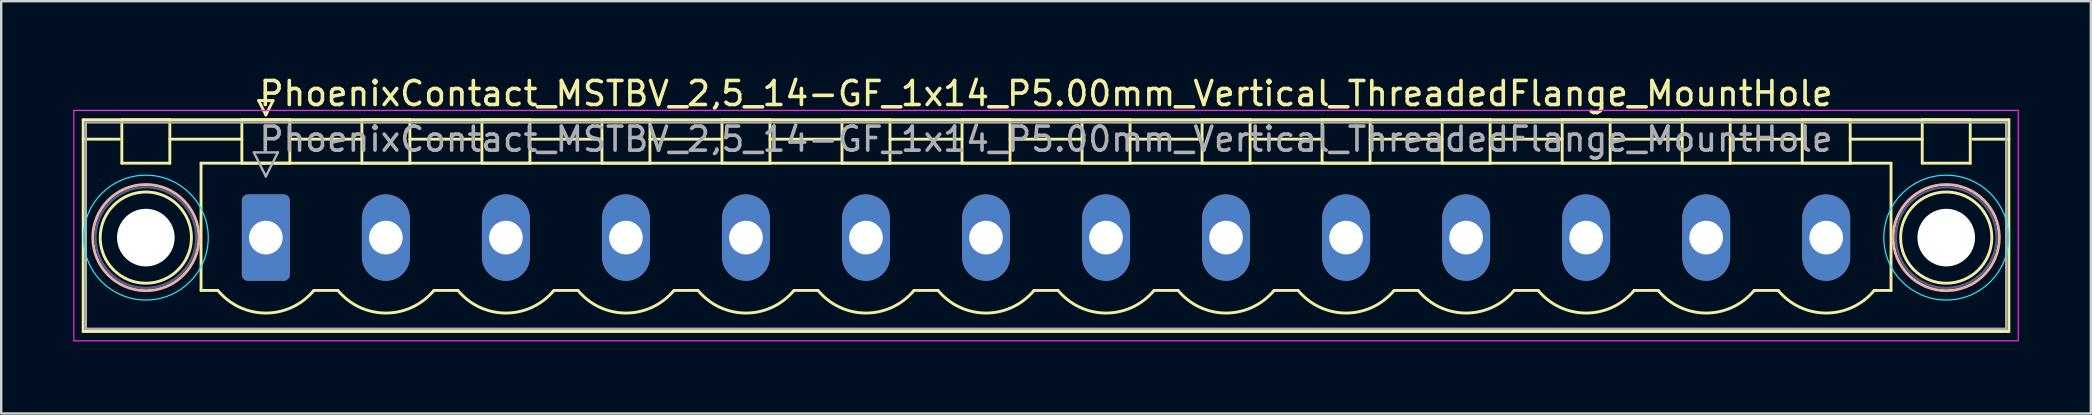
<source format=kicad_pcb>
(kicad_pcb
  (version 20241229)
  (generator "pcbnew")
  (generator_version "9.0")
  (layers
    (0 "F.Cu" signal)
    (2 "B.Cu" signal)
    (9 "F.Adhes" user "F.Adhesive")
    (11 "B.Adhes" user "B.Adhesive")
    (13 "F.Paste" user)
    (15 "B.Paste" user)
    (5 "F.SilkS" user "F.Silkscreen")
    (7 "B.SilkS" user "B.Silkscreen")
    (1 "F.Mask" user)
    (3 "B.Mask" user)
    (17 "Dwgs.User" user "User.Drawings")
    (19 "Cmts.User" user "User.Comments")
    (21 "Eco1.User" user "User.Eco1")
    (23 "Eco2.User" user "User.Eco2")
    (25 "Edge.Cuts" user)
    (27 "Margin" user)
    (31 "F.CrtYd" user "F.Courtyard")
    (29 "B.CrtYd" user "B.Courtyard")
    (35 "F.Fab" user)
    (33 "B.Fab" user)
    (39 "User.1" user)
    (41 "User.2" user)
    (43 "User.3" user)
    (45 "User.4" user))
  (footprint "PhoenixContact_MSTBV_2,5_14-GF_1x14_P5.00mm_Vertical_ThreadedFlange_MountHole"
    (layer "F.Cu")
    (at 8.025 6.848)
    (property "Reference" "PhoenixContact_MSTBV_2,5_14-GF_1x14_P5.00mm_Vertical_ThreadedFlange_MountHole" (at 32.5 -6 0) (layer "F.SilkS") (effects (font (size 1 1) (thickness 0.15))))
    (attr through_hole)
    (fp_line (start -7.61 -4.91) (end -7.61 3.91) (stroke (width 0.12) (type solid)) (layer "F.SilkS"))
    (fp_line (start -7.61 -4.1) (end -6.11 -4.1) (stroke (width 0.12) (type solid)) (layer "F.SilkS"))
    (fp_line (start -7.61 3.91) (end 72.61 3.91) (stroke (width 0.12) (type solid)) (layer "F.SilkS"))
    (fp_line (start -6 -4.91) (end -4 -4.91) (stroke (width 0.12) (type solid)) (layer "F.SilkS"))
    (fp_line (start -6 -3.1) (end -6 -4.91) (stroke (width 0.12) (type solid)) (layer "F.SilkS"))
    (fp_line (start -4 -4.91) (end -4 -3.1) (stroke (width 0.12) (type solid)) (layer "F.SilkS"))
    (fp_line (start -4 -4.1) (end -1 -4.1) (stroke (width 0.12) (type solid)) (layer "F.SilkS"))
    (fp_line (start -4 -3.1) (end -6 -3.1) (stroke (width 0.12) (type solid)) (layer "F.SilkS"))
    (fp_line (start -2.7 -3.1) (end 67.7 -3.1) (stroke (width 0.12) (type solid)) (layer "F.SilkS"))
    (fp_line (start -2.7 2.2) (end -2.7 -3.1) (stroke (width 0.12) (type solid)) (layer "F.SilkS"))
    (fp_line (start -2 2.2) (end -2.7 2.2) (stroke (width 0.12) (type solid)) (layer "F.SilkS"))
    (fp_line (start -1 -4.91) (end 1 -4.91) (stroke (width 0.12) (type solid)) (layer "F.SilkS"))
    (fp_line (start -1 -3.1) (end -1 -4.91) (stroke (width 0.12) (type solid)) (layer "F.SilkS"))
    (fp_line (start -0.3 -5.71) (end 0.3 -5.71) (stroke (width 0.12) (type solid)) (layer "F.SilkS"))
    (fp_line (start 0 -5.11) (end -0.3 -5.71) (stroke (width 0.12) (type solid)) (layer "F.SilkS"))
    (fp_line (start 0.3 -5.71) (end 0 -5.11) (stroke (width 0.12) (type solid)) (layer "F.SilkS"))
    (fp_line (start 1 -4.91) (end 1 -3.1) (stroke (width 0.12) (type solid)) (layer "F.SilkS"))
    (fp_line (start 1 -4.1) (end 4 -4.1) (stroke (width 0.12) (type solid)) (layer "F.SilkS"))
    (fp_line (start 1 -3.1) (end -1 -3.1) (stroke (width 0.12) (type solid)) (layer "F.SilkS"))
    (fp_line (start 2 2.2) (end 3 2.2) (stroke (width 0.12) (type solid)) (layer "F.SilkS"))
    (fp_line (start 4 -4.91) (end 6 -4.91) (stroke (width 0.12) (type solid)) (layer "F.SilkS"))
    (fp_line (start 4 -3.1) (end 4 -4.91) (stroke (width 0.12) (type solid)) (layer "F.SilkS"))
    (fp_line (start 6 -4.91) (end 6 -3.1) (stroke (width 0.12) (type solid)) (layer "F.SilkS"))
    (fp_line (start 6 -4.1) (end 9 -4.1) (stroke (width 0.12) (type solid)) (layer "F.SilkS"))
    (fp_line (start 6 -3.1) (end 4 -3.1) (stroke (width 0.12) (type solid)) (layer "F.SilkS"))
    (fp_line (start 7 2.2) (end 8 2.2) (stroke (width 0.12) (type solid)) (layer "F.SilkS"))
    (fp_line (start 9 -4.91) (end 11 -4.91) (stroke (width 0.12) (type solid)) (layer "F.SilkS"))
    (fp_line (start 9 -3.1) (end 9 -4.91) (stroke (width 0.12) (type solid)) (layer "F.SilkS"))
    (fp_line (start 11 -4.91) (end 11 -3.1) (stroke (width 0.12) (type solid)) (layer "F.SilkS"))
    (fp_line (start 11 -4.1) (end 14 -4.1) (stroke (width 0.12) (type solid)) (layer "F.SilkS"))
    (fp_line (start 11 -3.1) (end 9 -3.1) (stroke (width 0.12) (type solid)) (layer "F.SilkS"))
    (fp_line (start 12 2.2) (end 13 2.2) (stroke (width 0.12) (type solid)) (layer "F.SilkS"))
    (fp_line (start 14 -4.91) (end 16 -4.91) (stroke (width 0.12) (type solid)) (layer "F.SilkS"))
    (fp_line (start 14 -3.1) (end 14 -4.91) (stroke (width 0.12) (type solid)) (layer "F.SilkS"))
    (fp_line (start 16 -4.91) (end 16 -3.1) (stroke (width 0.12) (type solid)) (layer "F.SilkS"))
    (fp_line (start 16 -4.1) (end 19 -4.1) (stroke (width 0.12) (type solid)) (layer "F.SilkS"))
    (fp_line (start 16 -3.1) (end 14 -3.1) (stroke (width 0.12) (type solid)) (layer "F.SilkS"))
    (fp_line (start 17 2.2) (end 18 2.2) (stroke (width 0.12) (type solid)) (layer "F.SilkS"))
    (fp_line (start 19 -4.91) (end 21 -4.91) (stroke (width 0.12) (type solid)) (layer "F.SilkS"))
    (fp_line (start 19 -3.1) (end 19 -4.91) (stroke (width 0.12) (type solid)) (layer "F.SilkS"))
    (fp_line (start 21 -4.91) (end 21 -3.1) (stroke (width 0.12) (type solid)) (layer "F.SilkS"))
    (fp_line (start 21 -4.1) (end 24 -4.1) (stroke (width 0.12) (type solid)) (layer "F.SilkS"))
    (fp_line (start 21 -3.1) (end 19 -3.1) (stroke (width 0.12) (type solid)) (layer "F.SilkS"))
    (fp_line (start 22 2.2) (end 23 2.2) (stroke (width 0.12) (type solid)) (layer "F.SilkS"))
    (fp_line (start 24 -4.91) (end 26 -4.91) (stroke (width 0.12) (type solid)) (layer "F.SilkS"))
    (fp_line (start 24 -3.1) (end 24 -4.91) (stroke (width 0.12) (type solid)) (layer "F.SilkS"))
    (fp_line (start 26 -4.91) (end 26 -3.1) (stroke (width 0.12) (type solid)) (layer "F.SilkS"))
    (fp_line (start 26 -4.1) (end 29 -4.1) (stroke (width 0.12) (type solid)) (layer "F.SilkS"))
    (fp_line (start 26 -3.1) (end 24 -3.1) (stroke (width 0.12) (type solid)) (layer "F.SilkS"))
    (fp_line (start 27 2.2) (end 28 2.2) (stroke (width 0.12) (type solid)) (layer "F.SilkS"))
    (fp_line (start 29 -4.91) (end 31 -4.91) (stroke (width 0.12) (type solid)) (layer "F.SilkS"))
    (fp_line (start 29 -3.1) (end 29 -4.91) (stroke (width 0.12) (type solid)) (layer "F.SilkS"))
    (fp_line (start 31 -4.91) (end 31 -3.1) (stroke (width 0.12) (type solid)) (layer "F.SilkS"))
    (fp_line (start 31 -4.1) (end 34 -4.1) (stroke (width 0.12) (type solid)) (layer "F.SilkS"))
    (fp_line (start 31 -3.1) (end 29 -3.1) (stroke (width 0.12) (type solid)) (layer "F.SilkS"))
    (fp_line (start 32 2.2) (end 33 2.2) (stroke (width 0.12) (type solid)) (layer "F.SilkS"))
    (fp_line (start 34 -4.91) (end 36 -4.91) (stroke (width 0.12) (type solid)) (layer "F.SilkS"))
    (fp_line (start 34 -3.1) (end 34 -4.91) (stroke (width 0.12) (type solid)) (layer "F.SilkS"))
    (fp_line (start 36 -4.91) (end 36 -3.1) (stroke (width 0.12) (type solid)) (layer "F.SilkS"))
    (fp_line (start 36 -4.1) (end 39 -4.1) (stroke (width 0.12) (type solid)) (layer "F.SilkS"))
    (fp_line (start 36 -3.1) (end 34 -3.1) (stroke (width 0.12) (type solid)) (layer "F.SilkS"))
    (fp_line (start 37 2.2) (end 38 2.2) (stroke (width 0.12) (type solid)) (layer "F.SilkS"))
    (fp_line (start 39 -4.91) (end 41 -4.91) (stroke (width 0.12) (type solid)) (layer "F.SilkS"))
    (fp_line (start 39 -3.1) (end 39 -4.91) (stroke (width 0.12) (type solid)) (layer "F.SilkS"))
    (fp_line (start 41 -4.91) (end 41 -3.1) (stroke (width 0.12) (type solid)) (layer "F.SilkS"))
    (fp_line (start 41 -4.1) (end 44 -4.1) (stroke (width 0.12) (type solid)) (layer "F.SilkS"))
    (fp_line (start 41 -3.1) (end 39 -3.1) (stroke (width 0.12) (type solid)) (layer "F.SilkS"))
    (fp_line (start 42 2.2) (end 43 2.2) (stroke (width 0.12) (type solid)) (layer "F.SilkS"))
    (fp_line (start 44 -4.91) (end 46 -4.91) (stroke (width 0.12) (type solid)) (layer "F.SilkS"))
    (fp_line (start 44 -3.1) (end 44 -4.91) (stroke (width 0.12) (type solid)) (layer "F.SilkS"))
    (fp_line (start 46 -4.91) (end 46 -3.1) (stroke (width 0.12) (type solid)) (layer "F.SilkS"))
    (fp_line (start 46 -4.1) (end 49 -4.1) (stroke (width 0.12) (type solid)) (layer "F.SilkS"))
    (fp_line (start 46 -3.1) (end 44 -3.1) (stroke (width 0.12) (type solid)) (layer "F.SilkS"))
    (fp_line (start 47 2.2) (end 48 2.2) (stroke (width 0.12) (type solid)) (layer "F.SilkS"))
    (fp_line (start 49 -4.91) (end 51 -4.91) (stroke (width 0.12) (type solid)) (layer "F.SilkS"))
    (fp_line (start 49 -3.1) (end 49 -4.91) (stroke (width 0.12) (type solid)) (layer "F.SilkS"))
    (fp_line (start 51 -4.91) (end 51 -3.1) (stroke (width 0.12) (type solid)) (layer "F.SilkS"))
    (fp_line (start 51 -4.1) (end 54 -4.1) (stroke (width 0.12) (type solid)) (layer "F.SilkS"))
    (fp_line (start 51 -3.1) (end 49 -3.1) (stroke (width 0.12) (type solid)) (layer "F.SilkS"))
    (fp_line (start 52 2.2) (end 53 2.2) (stroke (width 0.12) (type solid)) (layer "F.SilkS"))
    (fp_line (start 54 -4.91) (end 56 -4.91) (stroke (width 0.12) (type solid)) (layer "F.SilkS"))
    (fp_line (start 54 -3.1) (end 54 -4.91) (stroke (width 0.12) (type solid)) (layer "F.SilkS"))
    (fp_line (start 56 -4.91) (end 56 -3.1) (stroke (width 0.12) (type solid)) (layer "F.SilkS"))
    (fp_line (start 56 -4.1) (end 59 -4.1) (stroke (width 0.12) (type solid)) (layer "F.SilkS"))
    (fp_line (start 56 -3.1) (end 54 -3.1) (stroke (width 0.12) (type solid)) (layer "F.SilkS"))
    (fp_line (start 57 2.2) (end 58 2.2) (stroke (width 0.12) (type solid)) (layer "F.SilkS"))
    (fp_line (start 59 -4.91) (end 61 -4.91) (stroke (width 0.12) (type solid)) (layer "F.SilkS"))
    (fp_line (start 59 -3.1) (end 59 -4.91) (stroke (width 0.12) (type solid)) (layer "F.SilkS"))
    (fp_line (start 61 -4.91) (end 61 -3.1) (stroke (width 0.12) (type solid)) (layer "F.SilkS"))
    (fp_line (start 61 -4.1) (end 64 -4.1) (stroke (width 0.12) (type solid)) (layer "F.SilkS"))
    (fp_line (start 61 -3.1) (end 59 -3.1) (stroke (width 0.12) (type solid)) (layer "F.SilkS"))
    (fp_line (start 62 2.2) (end 63 2.2) (stroke (width 0.12) (type solid)) (layer "F.SilkS"))
    (fp_line (start 64 -4.91) (end 66 -4.91) (stroke (width 0.12) (type solid)) (layer "F.SilkS"))
    (fp_line (start 64 -3.1) (end 64 -4.91) (stroke (width 0.12) (type solid)) (layer "F.SilkS"))
    (fp_line (start 66 -4.91) (end 66 -3.1) (stroke (width 0.12) (type solid)) (layer "F.SilkS"))
    (fp_line (start 66 -4.1) (end 69 -4.1) (stroke (width 0.12) (type solid)) (layer "F.SilkS"))
    (fp_line (start 66 -3.1) (end 64 -3.1) (stroke (width 0.12) (type solid)) (layer "F.SilkS"))
    (fp_line (start 67.7 -3.1) (end 67.7 2.2) (stroke (width 0.12) (type solid)) (layer "F.SilkS"))
    (fp_line (start 67.7 2.2) (end 67 2.2) (stroke (width 0.12) (type solid)) (layer "F.SilkS"))
    (fp_line (start 69 -4.91) (end 71 -4.91) (stroke (width 0.12) (type solid)) (layer "F.SilkS"))
    (fp_line (start 69 -3.1) (end 69 -4.91) (stroke (width 0.12) (type solid)) (layer "F.SilkS"))
    (fp_line (start 71 -4.91) (end 71 -3.1) (stroke (width 0.12) (type solid)) (layer "F.SilkS"))
    (fp_line (start 71 -3.1) (end 69 -3.1) (stroke (width 0.12) (type solid)) (layer "F.SilkS"))
    (fp_line (start 72.61 -4.91) (end -7.61 -4.91) (stroke (width 0.12) (type solid)) (layer "F.SilkS"))
    (fp_line (start 72.61 -4.1) (end 71.11 -4.1) (stroke (width 0.12) (type solid)) (layer "F.SilkS"))
    (fp_line (start 72.61 3.91) (end 72.61 -4.91) (stroke (width 0.12) (type solid)) (layer "F.SilkS"))
    (fp_arc (start 1.986842 2.215821) (mid -0.010289 3.142758) (end -2 2.2) (stroke (width 0.12) (type solid)) (layer "F.SilkS"))
    (fp_arc (start 6.986842 2.215821) (mid 4.989711 3.142758) (end 3 2.2) (stroke (width 0.12) (type solid)) (layer "F.SilkS"))
    (fp_arc (start 11.986842 2.215821) (mid 9.989711 3.142758) (end 8 2.2) (stroke (width 0.12) (type solid)) (layer "F.SilkS"))
    (fp_arc (start 16.986842 2.215821) (mid 14.989711 3.142758) (end 13 2.2) (stroke (width 0.12) (type solid)) (layer "F.SilkS"))
    (fp_arc (start 21.986842 2.215821) (mid 19.989711 3.142758) (end 18 2.2) (stroke (width 0.12) (type solid)) (layer "F.SilkS"))
    (fp_arc (start 26.986842 2.215821) (mid 24.989711 3.142758) (end 23 2.2) (stroke (width 0.12) (type solid)) (layer "F.SilkS"))
    (fp_arc (start 31.986842 2.215821) (mid 29.989711 3.142758) (end 28 2.2) (stroke (width 0.12) (type solid)) (layer "F.SilkS"))
    (fp_arc (start 36.986842 2.215821) (mid 34.989711 3.142758) (end 33 2.2) (stroke (width 0.12) (type solid)) (layer "F.SilkS"))
    (fp_arc (start 41.986842 2.215821) (mid 39.989711 3.142758) (end 38 2.2) (stroke (width 0.12) (type solid)) (layer "F.SilkS"))
    (fp_arc (start 46.986842 2.215821) (mid 44.989711 3.142758) (end 43 2.2) (stroke (width 0.12) (type solid)) (layer "F.SilkS"))
    (fp_arc (start 51.986842 2.215821) (mid 49.989711 3.142758) (end 48 2.2) (stroke (width 0.12) (type solid)) (layer "F.SilkS"))
    (fp_arc (start 56.986842 2.215821) (mid 54.989711 3.142758) (end 53 2.2) (stroke (width 0.12) (type solid)) (layer "F.SilkS"))
    (fp_arc (start 61.986842 2.215821) (mid 59.989711 3.142758) (end 58 2.2) (stroke (width 0.12) (type solid)) (layer "F.SilkS"))
    (fp_arc (start 66.986842 2.215821) (mid 64.989711 3.142758) (end 63 2.2) (stroke (width 0.12) (type solid)) (layer "F.SilkS"))
    (fp_circle (center -5 0) (end -3.1 0) (stroke (width 0.12) (type solid)) (fill no) (layer "F.SilkS"))
    (fp_circle (center 70 0) (end 71.9 0) (stroke (width 0.12) (type solid)) (fill no) (layer "F.SilkS"))
    (fp_circle (center -5 0) (end -2.79 0) (stroke (width 0.12) (type solid)) (fill no) (layer "B.SilkS"))
    (fp_circle (center 70 0) (end 72.21 0) (stroke (width 0.12) (type solid)) (fill no) (layer "B.SilkS"))
    (fp_circle (center -5 0) (end -2.4 0) (stroke (width 0.05) (type solid)) (fill no) (layer "B.CrtYd"))
    (fp_circle (center 70 0) (end 72.6 0) (stroke (width 0.05) (type solid)) (fill no) (layer "B.CrtYd"))
    (fp_line (start -8 -5.3) (end -8 4.3) (stroke (width 0.05) (type solid)) (layer "F.CrtYd"))
    (fp_line (start -8 4.3) (end 73 4.3) (stroke (width 0.05) (type solid)) (layer "F.CrtYd"))
    (fp_line (start 73 -5.3) (end -8 -5.3) (stroke (width 0.05) (type solid)) (layer "F.CrtYd"))
    (fp_line (start 73 4.3) (end 73 -5.3) (stroke (width 0.05) (type solid)) (layer "F.CrtYd"))
    (fp_circle (center -5 0) (end -2.9 0) (stroke (width 0.1) (type solid)) (fill no) (layer "B.Fab"))
    (fp_circle (center 70 0) (end 72.1 0) (stroke (width 0.1) (type solid)) (fill no) (layer "B.Fab"))
    (fp_line (start -7.5 -4.8) (end -7.5 3.8) (stroke (width 0.1) (type solid)) (layer "F.Fab"))
    (fp_line (start -7.5 3.8) (end 72.5 3.8) (stroke (width 0.1) (type solid)) (layer "F.Fab"))
    (fp_line (start -0.5 -3.55) (end 0.5 -3.55) (stroke (width 0.1) (type solid)) (layer "F.Fab"))
    (fp_line (start 0 -2.55) (end -0.5 -3.55) (stroke (width 0.1) (type solid)) (layer "F.Fab"))
    (fp_line (start 0.5 -3.55) (end 0 -2.55) (stroke (width 0.1) (type solid)) (layer "F.Fab"))
    (fp_line (start 72.5 -4.8) (end -7.5 -4.8) (stroke (width 0.1) (type solid)) (layer "F.Fab"))
    (fp_line (start 72.5 3.8) (end 72.5 -4.8) (stroke (width 0.1) (type solid)) (layer "F.Fab"))
    (fp_text user "${REFERENCE}" (at 32.5 -4.1 0) (layer "F.Fab") (effects (font (size 1 1) (thickness 0.15))))
    (pad "" np_thru_hole circle (at -5 0) (size 2.4 2.4) (drill 2.4) (layers "*.Cu" "*.Mask"))
    (pad "" np_thru_hole circle (at 70 0) (size 2.4 2.4) (drill 2.4) (layers "*.Cu" "*.Mask"))
    (pad "1" thru_hole roundrect (at 0 0) (size 2 3.6) (drill 1.4) (layers "*.Cu" "*.Mask") (roundrect_rratio 0.125))
    (pad "2" thru_hole oval (at 5 0) (size 2 3.6) (drill 1.4) (layers "*.Cu" "*.Mask"))
    (pad "3" thru_hole oval (at 10 0) (size 2 3.6) (drill 1.4) (layers "*.Cu" "*.Mask"))
    (pad "4" thru_hole oval (at 15 0) (size 2 3.6) (drill 1.4) (layers "*.Cu" "*.Mask"))
    (pad "5" thru_hole oval (at 20 0) (size 2 3.6) (drill 1.4) (layers "*.Cu" "*.Mask"))
    (pad "6" thru_hole oval (at 25 0) (size 2 3.6) (drill 1.4) (layers "*.Cu" "*.Mask"))
    (pad "7" thru_hole oval (at 30 0) (size 2 3.6) (drill 1.4) (layers "*.Cu" "*.Mask"))
    (pad "8" thru_hole oval (at 35 0) (size 2 3.6) (drill 1.4) (layers "*.Cu" "*.Mask"))
    (pad "9" thru_hole oval (at 40 0) (size 2 3.6) (drill 1.4) (layers "*.Cu" "*.Mask"))
    (pad "10" thru_hole oval (at 45 0) (size 2 3.6) (drill 1.4) (layers "*.Cu" "*.Mask"))
    (pad "11" thru_hole oval (at 50 0) (size 2 3.6) (drill 1.4) (layers "*.Cu" "*.Mask"))
    (pad "12" thru_hole oval (at 55 0) (size 2 3.6) (drill 1.4) (layers "*.Cu" "*.Mask"))
    (pad "13" thru_hole oval (at 60 0) (size 2 3.6) (drill 1.4) (layers "*.Cu" "*.Mask"))
    (pad "14" thru_hole oval (at 65 0) (size 2 3.6) (drill 1.4) (layers "*.Cu" "*.Mask")))
  (gr_rect
    (start -3 -3)
    (end 84.05 14.173)
    (stroke (width 0.1) (type default))
    (fill no)
    (layer "Edge.Cuts")))
</source>
